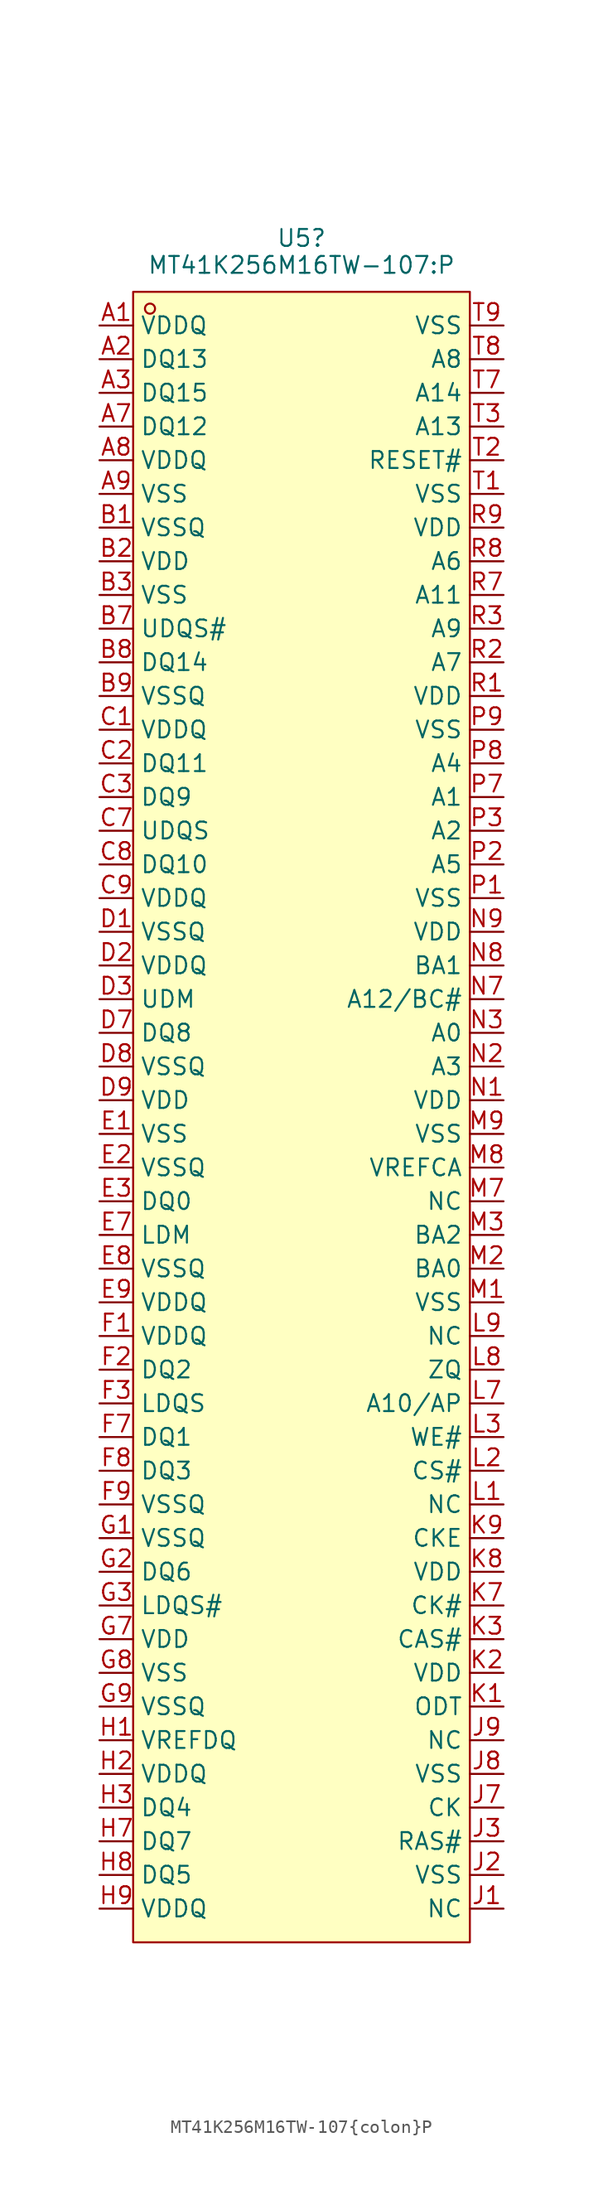
<source format=kicad_sym>
(kicad_symbol_lib
  (version 20241209)
  (generator "kicad_symbol_editor")
  (generator_version "9.0")
  (symbol "MT41K256M16TW-107{colon}P"
    (property "Reference" "U5"
      (at 0 66.802 0)
      (effects (font (size 1.27 1.27)) (justify bottom)))
    (property "Value" "MT41K256M16TW-107:P"
      (at 0 64.77 0)
      (effects (font (size 1.27 1.27)) (justify bottom)))
    (symbol "MT41K256M16TW-107{colon}P_1_0"
      (rectangle (start -12.7 63.5) (end 12.7 -60.96) (stroke (width 0) (type solid) (color 160 0 0 1)) (fill (type background)))
      (circle (center -11.43 62.23) (radius 0.381) (stroke (width 0) (type solid) (color 160 0 0 1)) (fill (type none)))
      (pin passive line (at -15.24 60.96 0) (length 2.54) (name "VDDQ" (effects (font (size 1.27 1.27)))) (number "A1" (effects (font (size 1.27 1.27)))))
      (pin passive line (at -15.24 58.42 0) (length 2.54) (name "DQ13" (effects (font (size 1.27 1.27)))) (number "A2" (effects (font (size 1.27 1.27)))))
      (pin passive line (at -15.24 55.88 0) (length 2.54) (name "DQ15" (effects (font (size 1.27 1.27)))) (number "A3" (effects (font (size 1.27 1.27)))))
      (pin passive line (at -15.24 53.34 0) (length 2.54) (name "DQ12" (effects (font (size 1.27 1.27)))) (number "A7" (effects (font (size 1.27 1.27)))))
      (pin passive line (at -15.24 50.8 0) (length 2.54) (name "VDDQ" (effects (font (size 1.27 1.27)))) (number "A8" (effects (font (size 1.27 1.27)))))
      (pin passive line (at -15.24 48.26 0) (length 2.54) (name "VSS" (effects (font (size 1.27 1.27)))) (number "A9" (effects (font (size 1.27 1.27)))))
      (pin passive line (at -15.24 45.72 0) (length 2.54) (name "VSSQ" (effects (font (size 1.27 1.27)))) (number "B1" (effects (font (size 1.27 1.27)))))
      (pin passive line (at -15.24 43.18 0) (length 2.54) (name "VDD" (effects (font (size 1.27 1.27)))) (number "B2" (effects (font (size 1.27 1.27)))))
      (pin passive line (at -15.24 40.64 0) (length 2.54) (name "VSS" (effects (font (size 1.27 1.27)))) (number "B3" (effects (font (size 1.27 1.27)))))
      (pin passive line (at -15.24 38.1 0) (length 2.54) (name "UDQS#" (effects (font (size 1.27 1.27)))) (number "B7" (effects (font (size 1.27 1.27)))))
      (pin passive line (at -15.24 35.56 0) (length 2.54) (name "DQ14" (effects (font (size 1.27 1.27)))) (number "B8" (effects (font (size 1.27 1.27)))))
      (pin passive line (at -15.24 33.02 0) (length 2.54) (name "VSSQ" (effects (font (size 1.27 1.27)))) (number "B9" (effects (font (size 1.27 1.27)))))
      (pin passive line (at -15.24 30.48 0) (length 2.54) (name "VDDQ" (effects (font (size 1.27 1.27)))) (number "C1" (effects (font (size 1.27 1.27)))))
      (pin passive line (at -15.24 27.94 0) (length 2.54) (name "DQ11" (effects (font (size 1.27 1.27)))) (number "C2" (effects (font (size 1.27 1.27)))))
      (pin passive line (at -15.24 25.4 0) (length 2.54) (name "DQ9" (effects (font (size 1.27 1.27)))) (number "C3" (effects (font (size 1.27 1.27)))))
      (pin passive line (at -15.24 22.86 0) (length 2.54) (name "UDQS" (effects (font (size 1.27 1.27)))) (number "C7" (effects (font (size 1.27 1.27)))))
      (pin passive line (at -15.24 20.32 0) (length 2.54) (name "DQ10" (effects (font (size 1.27 1.27)))) (number "C8" (effects (font (size 1.27 1.27)))))
      (pin passive line (at -15.24 17.78 0) (length 2.54) (name "VDDQ" (effects (font (size 1.27 1.27)))) (number "C9" (effects (font (size 1.27 1.27)))))
      (pin passive line (at -15.24 15.24 0) (length 2.54) (name "VSSQ" (effects (font (size 1.27 1.27)))) (number "D1" (effects (font (size 1.27 1.27)))))
      (pin passive line (at -15.24 12.7 0) (length 2.54) (name "VDDQ" (effects (font (size 1.27 1.27)))) (number "D2" (effects (font (size 1.27 1.27)))))
      (pin passive line (at -15.24 10.16 0) (length 2.54) (name "UDM" (effects (font (size 1.27 1.27)))) (number "D3" (effects (font (size 1.27 1.27)))))
      (pin passive line (at -15.24 7.62 0) (length 2.54) (name "DQ8" (effects (font (size 1.27 1.27)))) (number "D7" (effects (font (size 1.27 1.27)))))
      (pin passive line (at -15.24 5.08 0) (length 2.54) (name "VSSQ" (effects (font (size 1.27 1.27)))) (number "D8" (effects (font (size 1.27 1.27)))))
      (pin passive line (at -15.24 2.54 0) (length 2.54) (name "VDD" (effects (font (size 1.27 1.27)))) (number "D9" (effects (font (size 1.27 1.27)))))
      (pin passive line (at -15.24 0 0) (length 2.54) (name "VSS" (effects (font (size 1.27 1.27)))) (number "E1" (effects (font (size 1.27 1.27)))))
      (pin passive line (at -15.24 -2.54 0) (length 2.54) (name "VSSQ" (effects (font (size 1.27 1.27)))) (number "E2" (effects (font (size 1.27 1.27)))))
      (pin passive line (at -15.24 -5.08 0) (length 2.54) (name "DQ0" (effects (font (size 1.27 1.27)))) (number "E3" (effects (font (size 1.27 1.27)))))
      (pin passive line (at -15.24 -7.62 0) (length 2.54) (name "LDM" (effects (font (size 1.27 1.27)))) (number "E7" (effects (font (size 1.27 1.27)))))
      (pin passive line (at -15.24 -10.16 0) (length 2.54) (name "VSSQ" (effects (font (size 1.27 1.27)))) (number "E8" (effects (font (size 1.27 1.27)))))
      (pin passive line (at -15.24 -12.7 0) (length 2.54) (name "VDDQ" (effects (font (size 1.27 1.27)))) (number "E9" (effects (font (size 1.27 1.27)))))
      (pin passive line (at -15.24 -15.24 0) (length 2.54) (name "VDDQ" (effects (font (size 1.27 1.27)))) (number "F1" (effects (font (size 1.27 1.27)))))
      (pin passive line (at -15.24 -17.78 0) (length 2.54) (name "DQ2" (effects (font (size 1.27 1.27)))) (number "F2" (effects (font (size 1.27 1.27)))))
      (pin passive line (at -15.24 -20.32 0) (length 2.54) (name "LDQS" (effects (font (size 1.27 1.27)))) (number "F3" (effects (font (size 1.27 1.27)))))
      (pin passive line (at -15.24 -22.86 0) (length 2.54) (name "DQ1" (effects (font (size 1.27 1.27)))) (number "F7" (effects (font (size 1.27 1.27)))))
      (pin passive line (at -15.24 -25.4 0) (length 2.54) (name "DQ3" (effects (font (size 1.27 1.27)))) (number "F8" (effects (font (size 1.27 1.27)))))
      (pin passive line (at -15.24 -27.94 0) (length 2.54) (name "VSSQ" (effects (font (size 1.27 1.27)))) (number "F9" (effects (font (size 1.27 1.27)))))
      (pin passive line (at -15.24 -30.48 0) (length 2.54) (name "VSSQ" (effects (font (size 1.27 1.27)))) (number "G1" (effects (font (size 1.27 1.27)))))
      (pin passive line (at -15.24 -33.02 0) (length 2.54) (name "DQ6" (effects (font (size 1.27 1.27)))) (number "G2" (effects (font (size 1.27 1.27)))))
      (pin passive line (at -15.24 -35.56 0) (length 2.54) (name "LDQS#" (effects (font (size 1.27 1.27)))) (number "G3" (effects (font (size 1.27 1.27)))))
      (pin passive line (at -15.24 -38.1 0) (length 2.54) (name "VDD" (effects (font (size 1.27 1.27)))) (number "G7" (effects (font (size 1.27 1.27)))))
      (pin passive line (at -15.24 -40.64 0) (length 2.54) (name "VSS" (effects (font (size 1.27 1.27)))) (number "G8" (effects (font (size 1.27 1.27)))))
      (pin passive line (at -15.24 -43.18 0) (length 2.54) (name "VSSQ" (effects (font (size 1.27 1.27)))) (number "G9" (effects (font (size 1.27 1.27)))))
      (pin passive line (at -15.24 -45.72 0) (length 2.54) (name "VREFDQ" (effects (font (size 1.27 1.27)))) (number "H1" (effects (font (size 1.27 1.27)))))
      (pin passive line (at -15.24 -48.26 0) (length 2.54) (name "VDDQ" (effects (font (size 1.27 1.27)))) (number "H2" (effects (font (size 1.27 1.27)))))
      (pin passive line (at -15.24 -50.8 0) (length 2.54) (name "DQ4" (effects (font (size 1.27 1.27)))) (number "H3" (effects (font (size 1.27 1.27)))))
      (pin passive line (at -15.24 -53.34 0) (length 2.54) (name "DQ7" (effects (font (size 1.27 1.27)))) (number "H7" (effects (font (size 1.27 1.27)))))
      (pin passive line (at -15.24 -55.88 0) (length 2.54) (name "DQ5" (effects (font (size 1.27 1.27)))) (number "H8" (effects (font (size 1.27 1.27)))))
      (pin passive line (at -15.24 -58.42 0) (length 2.54) (name "VDDQ" (effects (font (size 1.27 1.27)))) (number "H9" (effects (font (size 1.27 1.27)))))
      (pin passive line (at 15.24 60.96 180) (length 2.54) (name "VSS" (effects (font (size 1.27 1.27)))) (number "T9" (effects (font (size 1.27 1.27)))))
      (pin passive line (at 15.24 58.42 180) (length 2.54) (name "A8" (effects (font (size 1.27 1.27)))) (number "T8" (effects (font (size 1.27 1.27)))))
      (pin passive line (at 15.24 55.88 180) (length 2.54) (name "A14" (effects (font (size 1.27 1.27)))) (number "T7" (effects (font (size 1.27 1.27)))))
      (pin passive line (at 15.24 53.34 180) (length 2.54) (name "A13" (effects (font (size 1.27 1.27)))) (number "T3" (effects (font (size 1.27 1.27)))))
      (pin passive line (at 15.24 50.8 180) (length 2.54) (name "RESET#" (effects (font (size 1.27 1.27)))) (number "T2" (effects (font (size 1.27 1.27)))))
      (pin passive line (at 15.24 48.26 180) (length 2.54) (name "VSS" (effects (font (size 1.27 1.27)))) (number "T1" (effects (font (size 1.27 1.27)))))
      (pin passive line (at 15.24 45.72 180) (length 2.54) (name "VDD" (effects (font (size 1.27 1.27)))) (number "R9" (effects (font (size 1.27 1.27)))))
      (pin passive line (at 15.24 43.18 180) (length 2.54) (name "A6" (effects (font (size 1.27 1.27)))) (number "R8" (effects (font (size 1.27 1.27)))))
      (pin passive line (at 15.24 40.64 180) (length 2.54) (name "A11" (effects (font (size 1.27 1.27)))) (number "R7" (effects (font (size 1.27 1.27)))))
      (pin passive line (at 15.24 38.1 180) (length 2.54) (name "A9" (effects (font (size 1.27 1.27)))) (number "R3" (effects (font (size 1.27 1.27)))))
      (pin passive line (at 15.24 35.56 180) (length 2.54) (name "A7" (effects (font (size 1.27 1.27)))) (number "R2" (effects (font (size 1.27 1.27)))))
      (pin passive line (at 15.24 33.02 180) (length 2.54) (name "VDD" (effects (font (size 1.27 1.27)))) (number "R1" (effects (font (size 1.27 1.27)))))
      (pin passive line (at 15.24 30.48 180) (length 2.54) (name "VSS" (effects (font (size 1.27 1.27)))) (number "P9" (effects (font (size 1.27 1.27)))))
      (pin passive line (at 15.24 27.94 180) (length 2.54) (name "A4" (effects (font (size 1.27 1.27)))) (number "P8" (effects (font (size 1.27 1.27)))))
      (pin passive line (at 15.24 25.4 180) (length 2.54) (name "A1" (effects (font (size 1.27 1.27)))) (number "P7" (effects (font (size 1.27 1.27)))))
      (pin passive line (at 15.24 22.86 180) (length 2.54) (name "A2" (effects (font (size 1.27 1.27)))) (number "P3" (effects (font (size 1.27 1.27)))))
      (pin passive line (at 15.24 20.32 180) (length 2.54) (name "A5" (effects (font (size 1.27 1.27)))) (number "P2" (effects (font (size 1.27 1.27)))))
      (pin passive line (at 15.24 17.78 180) (length 2.54) (name "VSS" (effects (font (size 1.27 1.27)))) (number "P1" (effects (font (size 1.27 1.27)))))
      (pin passive line (at 15.24 15.24 180) (length 2.54) (name "VDD" (effects (font (size 1.27 1.27)))) (number "N9" (effects (font (size 1.27 1.27)))))
      (pin passive line (at 15.24 12.7 180) (length 2.54) (name "BA1" (effects (font (size 1.27 1.27)))) (number "N8" (effects (font (size 1.27 1.27)))))
      (pin passive line (at 15.24 10.16 180) (length 2.54) (name "A12/BC#" (effects (font (size 1.27 1.27)))) (number "N7" (effects (font (size 1.27 1.27)))))
      (pin passive line (at 15.24 7.62 180) (length 2.54) (name "A0" (effects (font (size 1.27 1.27)))) (number "N3" (effects (font (size 1.27 1.27)))))
      (pin passive line (at 15.24 5.08 180) (length 2.54) (name "A3" (effects (font (size 1.27 1.27)))) (number "N2" (effects (font (size 1.27 1.27)))))
      (pin passive line (at 15.24 2.54 180) (length 2.54) (name "VDD" (effects (font (size 1.27 1.27)))) (number "N1" (effects (font (size 1.27 1.27)))))
      (pin passive line (at 15.24 0 180) (length 2.54) (name "VSS" (effects (font (size 1.27 1.27)))) (number "M9" (effects (font (size 1.27 1.27)))))
      (pin passive line (at 15.24 -2.54 180) (length 2.54) (name "VREFCA" (effects (font (size 1.27 1.27)))) (number "M8" (effects (font (size 1.27 1.27)))))
      (pin passive line (at 15.24 -5.08 180) (length 2.54) (name "NC" (effects (font (size 1.27 1.27)))) (number "M7" (effects (font (size 1.27 1.27)))))
      (pin passive line (at 15.24 -7.62 180) (length 2.54) (name "BA2" (effects (font (size 1.27 1.27)))) (number "M3" (effects (font (size 1.27 1.27)))))
      (pin passive line (at 15.24 -10.16 180) (length 2.54) (name "BA0" (effects (font (size 1.27 1.27)))) (number "M2" (effects (font (size 1.27 1.27)))))
      (pin passive line (at 15.24 -12.7 180) (length 2.54) (name "VSS" (effects (font (size 1.27 1.27)))) (number "M1" (effects (font (size 1.27 1.27)))))
      (pin passive line (at 15.24 -15.24 180) (length 2.54) (name "NC" (effects (font (size 1.27 1.27)))) (number "L9" (effects (font (size 1.27 1.27)))))
      (pin passive line (at 15.24 -17.78 180) (length 2.54) (name "ZQ" (effects (font (size 1.27 1.27)))) (number "L8" (effects (font (size 1.27 1.27)))))
      (pin passive line (at 15.24 -20.32 180) (length 2.54) (name "A10/AP" (effects (font (size 1.27 1.27)))) (number "L7" (effects (font (size 1.27 1.27)))))
      (pin passive line (at 15.24 -22.86 180) (length 2.54) (name "WE#" (effects (font (size 1.27 1.27)))) (number "L3" (effects (font (size 1.27 1.27)))))
      (pin passive line (at 15.24 -25.4 180) (length 2.54) (name "CS#" (effects (font (size 1.27 1.27)))) (number "L2" (effects (font (size 1.27 1.27)))))
      (pin passive line (at 15.24 -27.94 180) (length 2.54) (name "NC" (effects (font (size 1.27 1.27)))) (number "L1" (effects (font (size 1.27 1.27)))))
      (pin passive line (at 15.24 -30.48 180) (length 2.54) (name "CKE" (effects (font (size 1.27 1.27)))) (number "K9" (effects (font (size 1.27 1.27)))))
      (pin passive line (at 15.24 -33.02 180) (length 2.54) (name "VDD" (effects (font (size 1.27 1.27)))) (number "K8" (effects (font (size 1.27 1.27)))))
      (pin passive line (at 15.24 -35.56 180) (length 2.54) (name "CK#" (effects (font (size 1.27 1.27)))) (number "K7" (effects (font (size 1.27 1.27)))))
      (pin passive line (at 15.24 -38.1 180) (length 2.54) (name "CAS#" (effects (font (size 1.27 1.27)))) (number "K3" (effects (font (size 1.27 1.27)))))
      (pin passive line (at 15.24 -40.64 180) (length 2.54) (name "VDD" (effects (font (size 1.27 1.27)))) (number "K2" (effects (font (size 1.27 1.27)))))
      (pin passive line (at 15.24 -43.18 180) (length 2.54) (name "ODT" (effects (font (size 1.27 1.27)))) (number "K1" (effects (font (size 1.27 1.27)))))
      (pin passive line (at 15.24 -45.72 180) (length 2.54) (name "NC" (effects (font (size 1.27 1.27)))) (number "J9" (effects (font (size 1.27 1.27)))))
      (pin passive line (at 15.24 -48.26 180) (length 2.54) (name "VSS" (effects (font (size 1.27 1.27)))) (number "J8" (effects (font (size 1.27 1.27)))))
      (pin passive line (at 15.24 -50.8 180) (length 2.54) (name "CK" (effects (font (size 1.27 1.27)))) (number "J7" (effects (font (size 1.27 1.27)))))
      (pin passive line (at 15.24 -53.34 180) (length 2.54) (name "RAS#" (effects (font (size 1.27 1.27)))) (number "J3" (effects (font (size 1.27 1.27)))))
      (pin passive line (at 15.24 -55.88 180) (length 2.54) (name "VSS" (effects (font (size 1.27 1.27)))) (number "J2" (effects (font (size 1.27 1.27)))))
      (pin passive line (at 15.24 -58.42 180) (length 2.54) (name "NC" (effects (font (size 1.27 1.27)))) (number "J1" (effects (font (size 1.27 1.27))))))))
</source>
